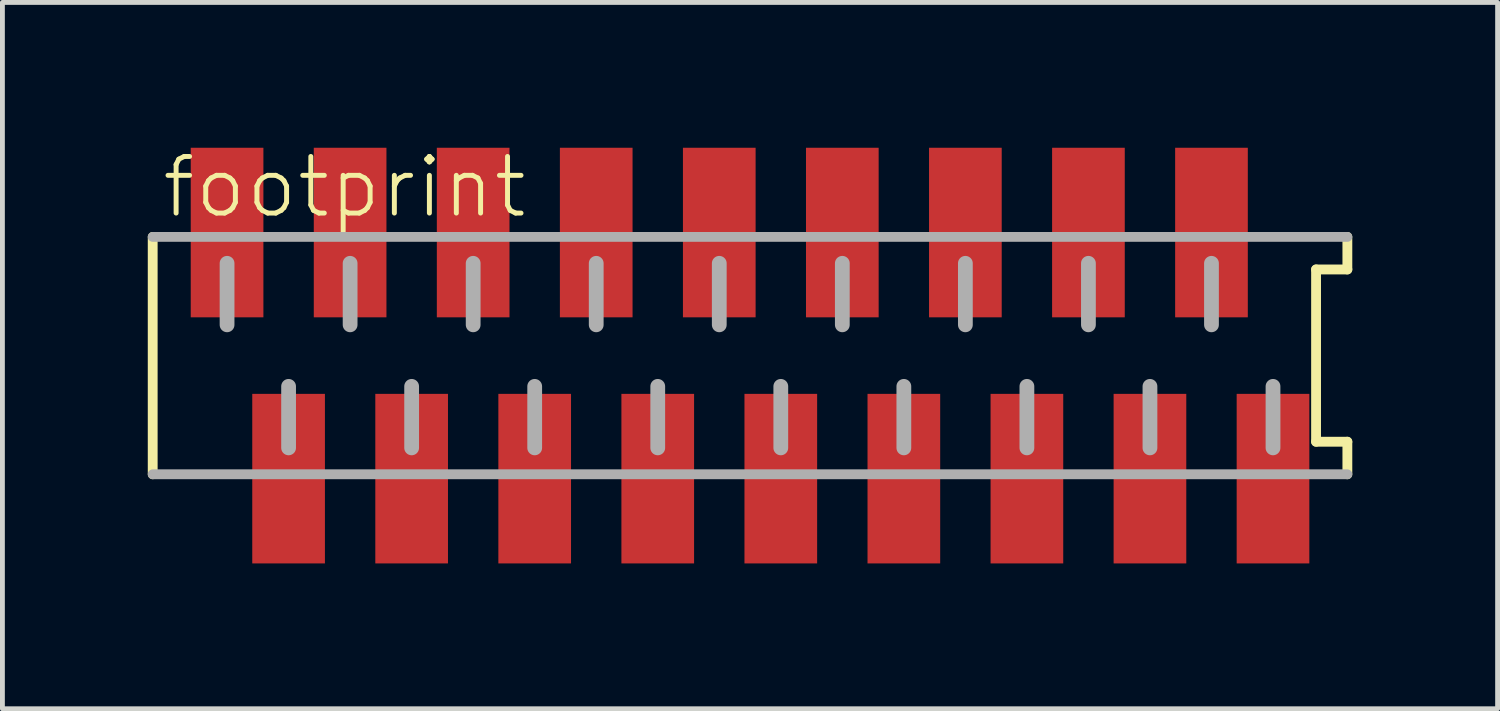
<source format=kicad_pcb>
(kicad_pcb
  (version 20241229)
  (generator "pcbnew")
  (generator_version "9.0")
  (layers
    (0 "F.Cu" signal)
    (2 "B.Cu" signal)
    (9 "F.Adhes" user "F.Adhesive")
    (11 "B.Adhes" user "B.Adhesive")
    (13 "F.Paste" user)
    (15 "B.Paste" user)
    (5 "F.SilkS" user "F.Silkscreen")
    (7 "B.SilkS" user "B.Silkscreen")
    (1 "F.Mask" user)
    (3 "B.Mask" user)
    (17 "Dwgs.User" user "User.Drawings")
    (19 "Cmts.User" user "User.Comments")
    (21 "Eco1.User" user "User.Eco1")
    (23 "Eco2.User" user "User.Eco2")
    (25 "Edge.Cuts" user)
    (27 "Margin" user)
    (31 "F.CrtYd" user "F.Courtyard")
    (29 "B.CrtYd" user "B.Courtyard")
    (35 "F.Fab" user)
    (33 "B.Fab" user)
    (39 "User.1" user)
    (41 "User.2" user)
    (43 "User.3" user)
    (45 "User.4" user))
  (footprint "footprint"
    (layer "F.Cu")
    (at 12.432 4.29)
    (property "Reference" "footprint" (at -12.192 -2.794 0) (layer "F.SilkS") (effects (font (size 1.168 1.168) (thickness 0.102)) (justify left bottom)))
    (fp_line (start -12.33 -2.45) (end -12.33 2.45) (stroke (width 0.203) (type solid)) (layer "F.SilkS"))
    (fp_line (start 11.684 -1.778) (end 12.33 -1.778) (stroke (width 0.203) (type solid)) (layer "F.SilkS"))
    (fp_line (start 11.684 1.778) (end 11.684 -1.778) (stroke (width 0.203) (type solid)) (layer "F.SilkS"))
    (fp_line (start 12.33 -1.778) (end 12.33 -2.45) (stroke (width 0.203) (type solid)) (layer "F.SilkS"))
    (fp_line (start 12.33 1.778) (end 11.684 1.778) (stroke (width 0.203) (type solid)) (layer "F.SilkS"))
    (fp_line (start 12.33 2.45) (end 12.33 1.778) (stroke (width 0.203) (type solid)) (layer "F.SilkS"))
    (fp_line (start -12.33 2.45) (end 12.33 2.45) (stroke (width 0.203) (type solid)) (layer "F.Fab"))
    (fp_line (start -10.795 -1.905) (end -10.795 -0.635) (stroke (width 0.305) (type solid)) (layer "F.Fab"))
    (fp_line (start -9.525 0.635) (end -9.525 1.905) (stroke (width 0.305) (type solid)) (layer "F.Fab"))
    (fp_line (start -8.255 -1.905) (end -8.255 -0.635) (stroke (width 0.305) (type solid)) (layer "F.Fab"))
    (fp_line (start -6.985 0.635) (end -6.985 1.905) (stroke (width 0.305) (type solid)) (layer "F.Fab"))
    (fp_line (start -5.715 -1.905) (end -5.715 -0.635) (stroke (width 0.305) (type solid)) (layer "F.Fab"))
    (fp_line (start -4.445 0.635) (end -4.445 1.905) (stroke (width 0.305) (type solid)) (layer "F.Fab"))
    (fp_line (start -3.175 -1.905) (end -3.175 -0.635) (stroke (width 0.305) (type solid)) (layer "F.Fab"))
    (fp_line (start -1.905 0.635) (end -1.905 1.905) (stroke (width 0.305) (type solid)) (layer "F.Fab"))
    (fp_line (start -0.635 -1.905) (end -0.635 -0.635) (stroke (width 0.305) (type solid)) (layer "F.Fab"))
    (fp_line (start 0.635 0.635) (end 0.635 1.905) (stroke (width 0.305) (type solid)) (layer "F.Fab"))
    (fp_line (start 1.905 -1.905) (end 1.905 -0.635) (stroke (width 0.305) (type solid)) (layer "F.Fab"))
    (fp_line (start 3.175 0.635) (end 3.175 1.905) (stroke (width 0.305) (type solid)) (layer "F.Fab"))
    (fp_line (start 4.445 -1.905) (end 4.445 -0.635) (stroke (width 0.305) (type solid)) (layer "F.Fab"))
    (fp_line (start 5.715 0.635) (end 5.715 1.905) (stroke (width 0.305) (type solid)) (layer "F.Fab"))
    (fp_line (start 6.985 -1.905) (end 6.985 -0.635) (stroke (width 0.305) (type solid)) (layer "F.Fab"))
    (fp_line (start 8.255 0.635) (end 8.255 1.905) (stroke (width 0.305) (type solid)) (layer "F.Fab"))
    (fp_line (start 9.525 -1.905) (end 9.525 -0.635) (stroke (width 0.305) (type solid)) (layer "F.Fab"))
    (fp_line (start 10.795 0.635) (end 10.795 1.905) (stroke (width 0.305) (type solid)) (layer "F.Fab"))
    (fp_line (start 12.33 -2.45) (end -12.33 -2.45) (stroke (width 0.203) (type solid)) (layer "F.Fab"))
    (pad "1" smd rect (at -10.795 -2.54) (size 1.5 3.5) (layers "F.Cu" "F.Mask" "F.Paste"))
    (pad "2" smd rect (at -9.525 2.54) (size 1.5 3.5) (layers "F.Cu" "F.Mask" "F.Paste"))
    (pad "3" smd rect (at -8.255 -2.54) (size 1.5 3.5) (layers "F.Cu" "F.Mask" "F.Paste"))
    (pad "4" smd rect (at -6.985 2.54) (size 1.5 3.5) (layers "F.Cu" "F.Mask" "F.Paste"))
    (pad "5" smd rect (at -5.715 -2.54) (size 1.5 3.5) (layers "F.Cu" "F.Mask" "F.Paste"))
    (pad "6" smd rect (at -4.445 2.54) (size 1.5 3.5) (layers "F.Cu" "F.Mask" "F.Paste"))
    (pad "7" smd rect (at -3.175 -2.54) (size 1.5 3.5) (layers "F.Cu" "F.Mask" "F.Paste"))
    (pad "8" smd rect (at -1.905 2.54) (size 1.5 3.5) (layers "F.Cu" "F.Mask" "F.Paste"))
    (pad "9" smd rect (at -0.635 -2.54) (size 1.5 3.5) (layers "F.Cu" "F.Mask" "F.Paste"))
    (pad "10" smd rect (at 0.635 2.54) (size 1.5 3.5) (layers "F.Cu" "F.Mask" "F.Paste"))
    (pad "11" smd rect (at 1.905 -2.54) (size 1.5 3.5) (layers "F.Cu" "F.Mask" "F.Paste"))
    (pad "12" smd rect (at 3.175 2.54) (size 1.5 3.5) (layers "F.Cu" "F.Mask" "F.Paste"))
    (pad "13" smd rect (at 4.445 -2.54) (size 1.5 3.5) (layers "F.Cu" "F.Mask" "F.Paste"))
    (pad "14" smd rect (at 5.715 2.54) (size 1.5 3.5) (layers "F.Cu" "F.Mask" "F.Paste"))
    (pad "15" smd rect (at 6.985 -2.54) (size 1.5 3.5) (layers "F.Cu" "F.Mask" "F.Paste"))
    (pad "16" smd rect (at 8.255 2.54) (size 1.5 3.5) (layers "F.Cu" "F.Mask" "F.Paste"))
    (pad "17" smd rect (at 9.525 -2.54) (size 1.5 3.5) (layers "F.Cu" "F.Mask" "F.Paste"))
    (pad "18" smd rect (at 10.795 2.54) (size 1.5 3.5) (layers "F.Cu" "F.Mask" "F.Paste")))
  (gr_rect
    (start -3 -3)
    (end 27.863 11.58)
    (stroke (width 0.1) (type default))
    (fill no)
    (layer "Edge.Cuts")))
</source>
